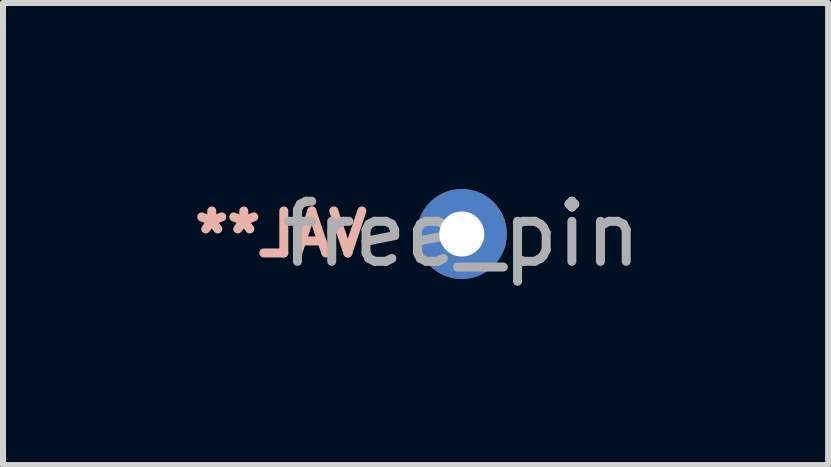
<source format=kicad_pcb>
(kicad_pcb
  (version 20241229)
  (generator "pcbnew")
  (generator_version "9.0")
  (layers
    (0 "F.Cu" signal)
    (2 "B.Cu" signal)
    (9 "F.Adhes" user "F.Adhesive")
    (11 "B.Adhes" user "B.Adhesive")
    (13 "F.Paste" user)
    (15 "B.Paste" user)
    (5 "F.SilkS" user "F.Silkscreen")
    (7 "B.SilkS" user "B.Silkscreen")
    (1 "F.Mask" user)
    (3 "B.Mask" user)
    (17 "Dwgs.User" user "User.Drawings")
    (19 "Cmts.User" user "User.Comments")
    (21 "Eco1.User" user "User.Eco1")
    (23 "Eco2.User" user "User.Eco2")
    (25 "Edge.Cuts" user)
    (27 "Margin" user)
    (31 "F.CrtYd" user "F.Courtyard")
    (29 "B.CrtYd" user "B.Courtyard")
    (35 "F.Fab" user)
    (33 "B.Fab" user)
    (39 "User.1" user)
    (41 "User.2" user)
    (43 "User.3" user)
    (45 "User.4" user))
  (footprint "free_pin"
    (layer "F.Cu")
    (at 4.643 0.848)
    (property "Reference" "free_pin" (at 0 0 0) (layer "F.Fab") (effects (font (size 1 1) (thickness 0.15))))
    (property "Value" "VAL**" (at -1.5 0 0) (layer "F.SilkS") (hide yes) (effects (font (size 0.7 0.7) (thickness 0.15)) (justify right)))
    (attr through_hole)
    (fp_text user "${VALUE}" (at -1.5 0 0) (layer "B.SilkS") (effects (font (size 0.7 0.7) (thickness 0.15)) (justify left mirror)))
    (pad "1" thru_hole circle (at 0 0) (size 1.5 1.5) (drill 0.75) (layers "*.Cu" "*.Mask")))
  (gr_rect
    (start -3 -3)
    (end 10.745 4.697)
    (stroke (width 0.1) (type default))
    (fill no)
    (layer "Edge.Cuts")))
</source>
